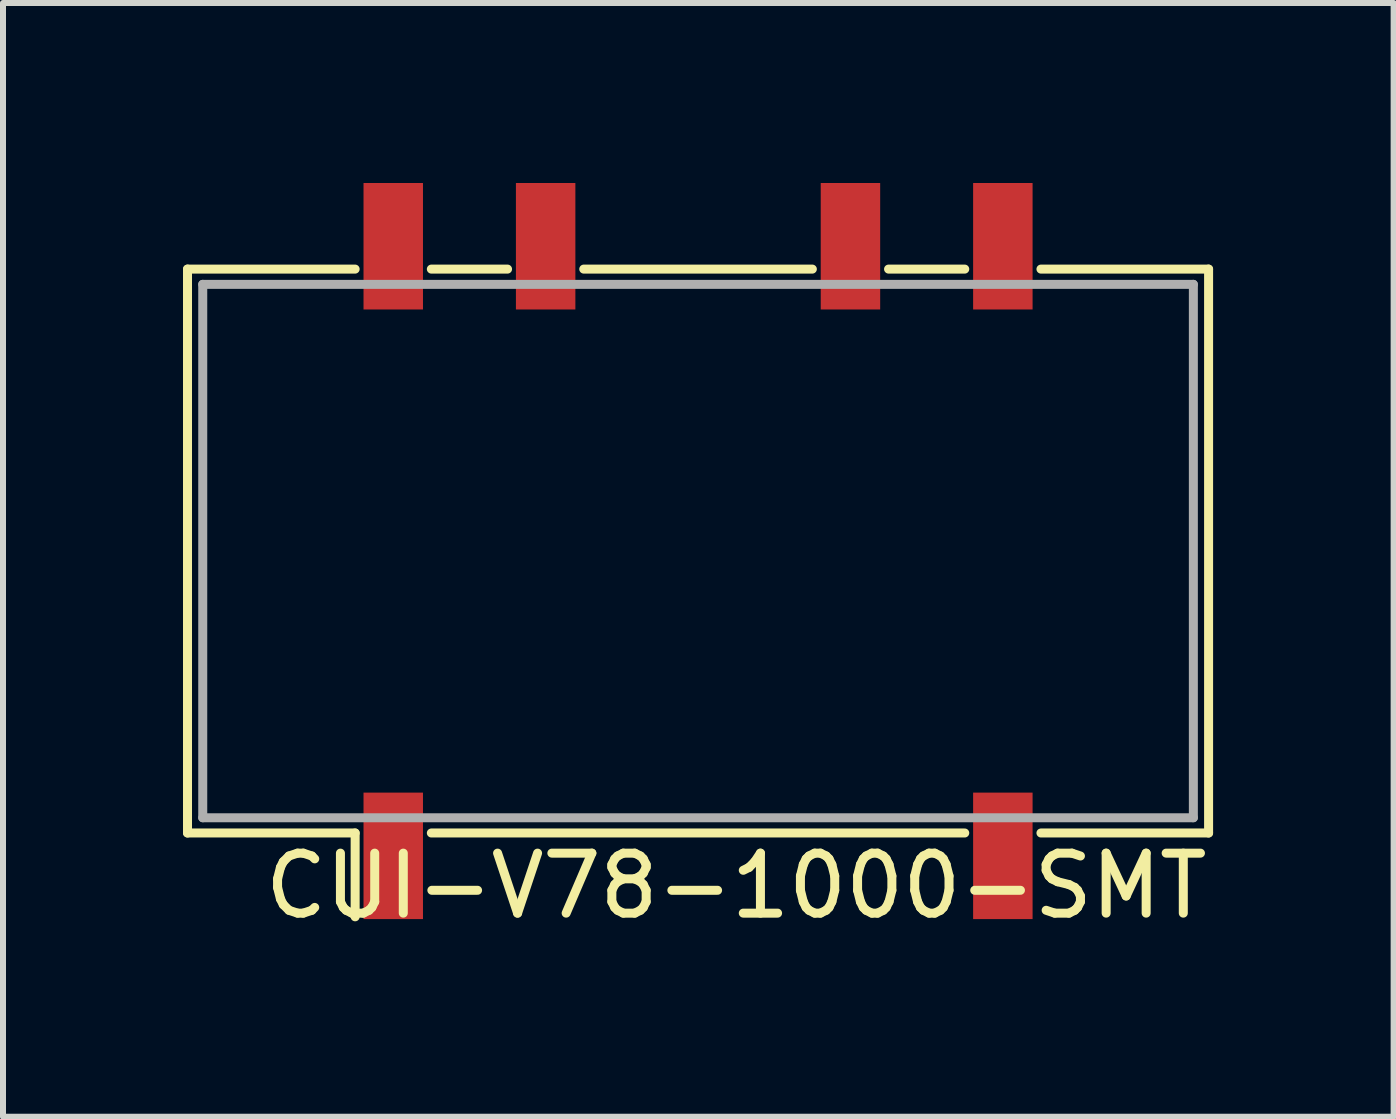
<source format=kicad_pcb>
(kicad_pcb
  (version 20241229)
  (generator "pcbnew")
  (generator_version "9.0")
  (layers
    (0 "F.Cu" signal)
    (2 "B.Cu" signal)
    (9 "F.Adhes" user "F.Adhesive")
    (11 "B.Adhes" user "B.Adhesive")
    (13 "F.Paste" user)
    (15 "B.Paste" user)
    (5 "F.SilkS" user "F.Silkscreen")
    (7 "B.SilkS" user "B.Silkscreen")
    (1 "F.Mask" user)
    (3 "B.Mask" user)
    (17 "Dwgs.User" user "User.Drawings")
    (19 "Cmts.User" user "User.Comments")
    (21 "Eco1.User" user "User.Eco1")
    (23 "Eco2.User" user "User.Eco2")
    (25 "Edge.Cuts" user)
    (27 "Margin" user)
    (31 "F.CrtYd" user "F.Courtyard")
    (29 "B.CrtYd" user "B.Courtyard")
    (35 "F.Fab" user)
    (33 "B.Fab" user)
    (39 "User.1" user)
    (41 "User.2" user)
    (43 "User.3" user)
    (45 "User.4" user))
  (footprint "CUI-V78-1000-SMT"
    (layer "F.Cu")
    (at 3.504 11.214)
    (property "Reference" "CUI-V78-1000-SMT" (at 5.715 0.5 0) (layer "F.SilkS") (effects (font (size 1 1) (thickness 0.15))))
    (attr through_hole)
    (fp_line (start -3.429 -9.779) (end -3.429 -0.381) (stroke (width 0.15) (type solid)) (layer "F.SilkS"))
    (fp_line (start -3.429 -0.381) (end -0.635 -0.381) (stroke (width 0.15) (type solid)) (layer "F.SilkS"))
    (fp_line (start -0.635 -9.779) (end -3.429 -9.779) (stroke (width 0.15) (type solid)) (layer "F.SilkS"))
    (fp_line (start -0.635 -0.381) (end -0.635 1.016) (stroke (width 0.15) (type solid)) (layer "F.SilkS"))
    (fp_line (start 0.635 -9.779) (end 1.905 -9.779) (stroke (width 0.15) (type solid)) (layer "F.SilkS"))
    (fp_line (start 3.175 -9.779) (end 6.985 -9.779) (stroke (width 0.15) (type solid)) (layer "F.SilkS"))
    (fp_line (start 8.255 -9.779) (end 9.525 -9.779) (stroke (width 0.15) (type solid)) (layer "F.SilkS"))
    (fp_line (start 9.525 -0.381) (end 0.635 -0.381) (stroke (width 0.15) (type solid)) (layer "F.SilkS"))
    (fp_line (start 10.795 -9.779) (end 13.589 -9.779) (stroke (width 0.15) (type solid)) (layer "F.SilkS"))
    (fp_line (start 13.589 -9.779) (end 13.589 -0.381) (stroke (width 0.15) (type solid)) (layer "F.SilkS"))
    (fp_line (start 13.589 -0.381) (end 10.795 -0.381) (stroke (width 0.15) (type solid)) (layer "F.SilkS"))
    (fp_line (start -3.175 -9.525) (end 13.335 -9.525) (stroke (width 0.15) (type solid)) (layer "F.Fab"))
    (fp_line (start -3.175 -0.635) (end -3.175 -9.525) (stroke (width 0.15) (type solid)) (layer "F.Fab"))
    (fp_line (start 13.335 -9.525) (end 13.335 -0.635) (stroke (width 0.15) (type solid)) (layer "F.Fab"))
    (fp_line (start 13.335 -0.635) (end -3.175 -0.635) (stroke (width 0.15) (type solid)) (layer "F.Fab"))
    (pad "1" smd rect (at 0 0) (size 0.991 2.108) (layers "F.Cu" "F.Mask" "F.Paste"))
    (pad "5" smd rect (at 10.16 0) (size 0.991 2.108) (layers "F.Cu" "F.Mask" "F.Paste"))
    (pad "6" smd rect (at 10.16 -10.16) (size 0.991 2.108) (layers "F.Cu" "F.Mask" "F.Paste"))
    (pad "7" smd rect (at 7.62 -10.16) (size 0.991 2.108) (layers "F.Cu" "F.Mask" "F.Paste"))
    (pad "9" smd rect (at 2.54 -10.16) (size 0.991 2.108) (layers "F.Cu" "F.Mask" "F.Paste"))
    (pad "10" smd rect (at 0 -10.16) (size 0.991 2.108) (layers "F.Cu" "F.Mask" "F.Paste")))
  (gr_rect
    (start -3 -3)
    (end 20.177 15.562)
    (stroke (width 0.1) (type default))
    (fill no)
    (layer "Edge.Cuts")))
</source>
